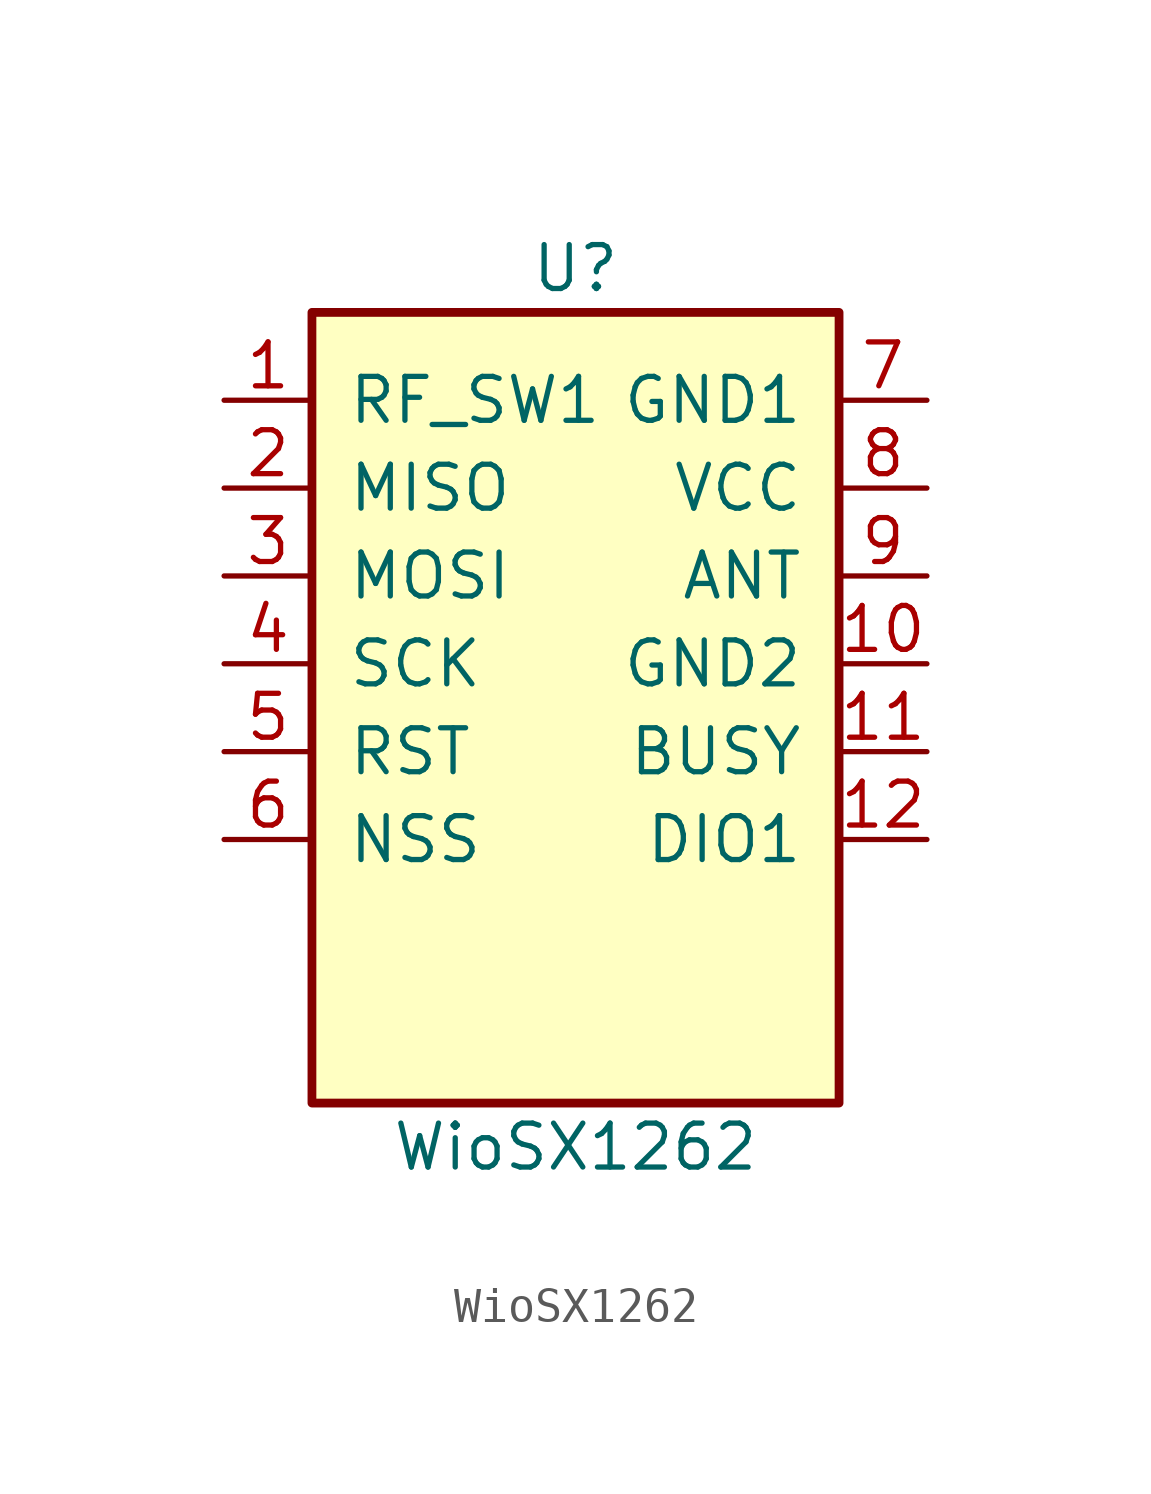
<source format=kicad_sym>
(kicad_symbol_lib
  (version 20231120)
  (generator "kicad_symbol_editor")
  (generator_version "8.0")
  (symbol "WioSX1262"
    (pin_names
      (offset 1.016))
    (property "Reference" "U"
      (at 0 12.7 0)
      (effects (font (size 1.27 1.27))))
    (property "Value" "WioSX1262"
      (at 0 -12.7 0)
      (effects (font (size 1.27 1.27))))
    (symbol "WioSX1262_0_1"
      (rectangle (start -7.62 11.43) (end 7.62 -11.43) (stroke (width 0.254) (type default)) (fill (type background))))
    (symbol "WioSX1262_1_1"
      (pin output line (at -10.16 8.89 0) (length 2.54) (name "RF_SW1" (effects (font (size 1.27 1.27)))) (number "1" (effects (font (size 1.27 1.27)))))
      (pin output line (at -10.16 6.35 0) (length 2.54) (name "MISO" (effects (font (size 1.27 1.27)))) (number "2" (effects (font (size 1.27 1.27)))))
      (pin input line (at -10.16 3.81 0) (length 2.54) (name "MOSI" (effects (font (size 1.27 1.27)))) (number "3" (effects (font (size 1.27 1.27)))))
      (pin input line (at -10.16 1.27 0) (length 2.54) (name "SCK" (effects (font (size 1.27 1.27)))) (number "4" (effects (font (size 1.27 1.27)))))
      (pin input line (at -10.16 -1.27 0) (length 2.54) (name "RST" (effects (font (size 1.27 1.27)))) (number "5" (effects (font (size 1.27 1.27)))))
      (pin input line (at -10.16 -3.81 0) (length 2.54) (name "NSS" (effects (font (size 1.27 1.27)))) (number "6" (effects (font (size 1.27 1.27)))))
      (pin power_in line (at 10.16 8.89 180) (length 2.54) (name "GND1" (effects (font (size 1.27 1.27)))) (number "7" (effects (font (size 1.27 1.27)))))
      (pin power_in line (at 10.16 6.35 180) (length 2.54) (name "VCC" (effects (font (size 1.27 1.27)))) (number "8" (effects (font (size 1.27 1.27)))))
      (pin passive line (at 10.16 3.81 180) (length 2.54) (name "ANT" (effects (font (size 1.27 1.27)))) (number "9" (effects (font (size 1.27 1.27)))))
      (pin power_in line (at 10.16 1.27 180) (length 2.54) (name "GND2" (effects (font (size 1.27 1.27)))) (number "10" (effects (font (size 1.27 1.27)))))
      (pin output line (at 10.16 -1.27 180) (length 2.54) (name "BUSY" (effects (font (size 1.27 1.27)))) (number "11" (effects (font (size 1.27 1.27)))))
      (pin output line (at 10.16 -3.81 180) (length 2.54) (name "DIO1" (effects (font (size 1.27 1.27)))) (number "12" (effects (font (size 1.27 1.27))))))))
</source>
